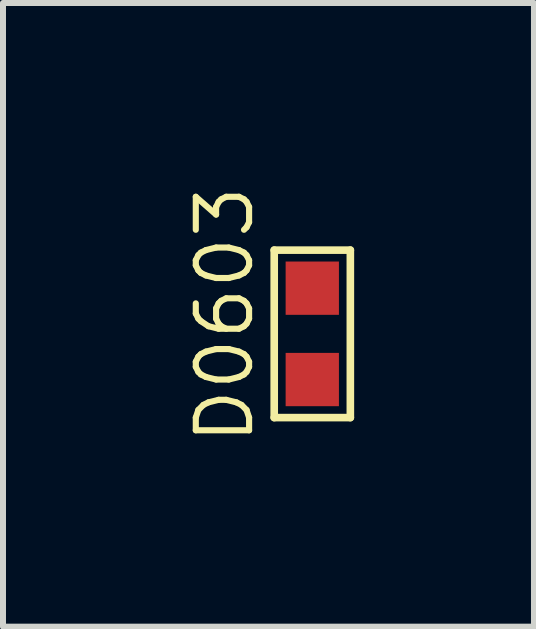
<source format=kicad_pcb>
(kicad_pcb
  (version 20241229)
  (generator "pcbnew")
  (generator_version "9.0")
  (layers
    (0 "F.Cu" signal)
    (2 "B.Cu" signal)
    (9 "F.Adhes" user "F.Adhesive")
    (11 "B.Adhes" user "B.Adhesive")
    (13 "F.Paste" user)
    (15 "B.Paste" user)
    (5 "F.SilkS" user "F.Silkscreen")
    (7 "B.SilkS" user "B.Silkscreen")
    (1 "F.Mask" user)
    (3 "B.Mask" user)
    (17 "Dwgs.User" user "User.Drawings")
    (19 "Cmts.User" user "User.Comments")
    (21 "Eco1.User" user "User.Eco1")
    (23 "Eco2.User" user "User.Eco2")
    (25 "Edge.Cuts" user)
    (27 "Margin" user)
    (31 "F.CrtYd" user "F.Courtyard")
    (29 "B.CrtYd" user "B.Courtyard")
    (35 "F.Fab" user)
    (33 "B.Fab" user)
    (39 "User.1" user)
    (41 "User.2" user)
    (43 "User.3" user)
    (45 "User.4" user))
  (footprint "D0603"
    (layer "F.Cu")
    (at 2.159 2.519)
    (property "Reference" "D0603" (at -1.46 -0.318 90) (layer "F.SilkS") (effects (font (size 0.889 0.889) (thickness 0.102))))
    (attr smd)
    (fp_line (start -0.635 -1.397) (end 0.635 -1.397) (stroke (width 0.127) (type solid)) (layer "F.SilkS"))
    (fp_line (start -0.635 1.397) (end -0.635 -1.397) (stroke (width 0.127) (type solid)) (layer "F.SilkS"))
    (fp_line (start 0.635 -1.397) (end 0.635 1.397) (stroke (width 0.127) (type solid)) (layer "F.SilkS"))
    (fp_line (start 0.635 1.397) (end -0.635 1.397) (stroke (width 0.127) (type solid)) (layer "F.SilkS"))
    (pad "1" smd rect (at 0 -0.762 270) (size 0.889 0.889) (layers "F.Cu" "F.Mask" "F.Paste"))
    (pad "2" smd rect (at 0 0.762 270) (size 0.889 0.889) (layers "F.Cu" "F.Mask" "F.Paste")))
  (gr_rect
    (start -3 -3)
    (end 5.857 7.403)
    (stroke (width 0.1) (type default))
    (fill no)
    (layer "Edge.Cuts")))
</source>
